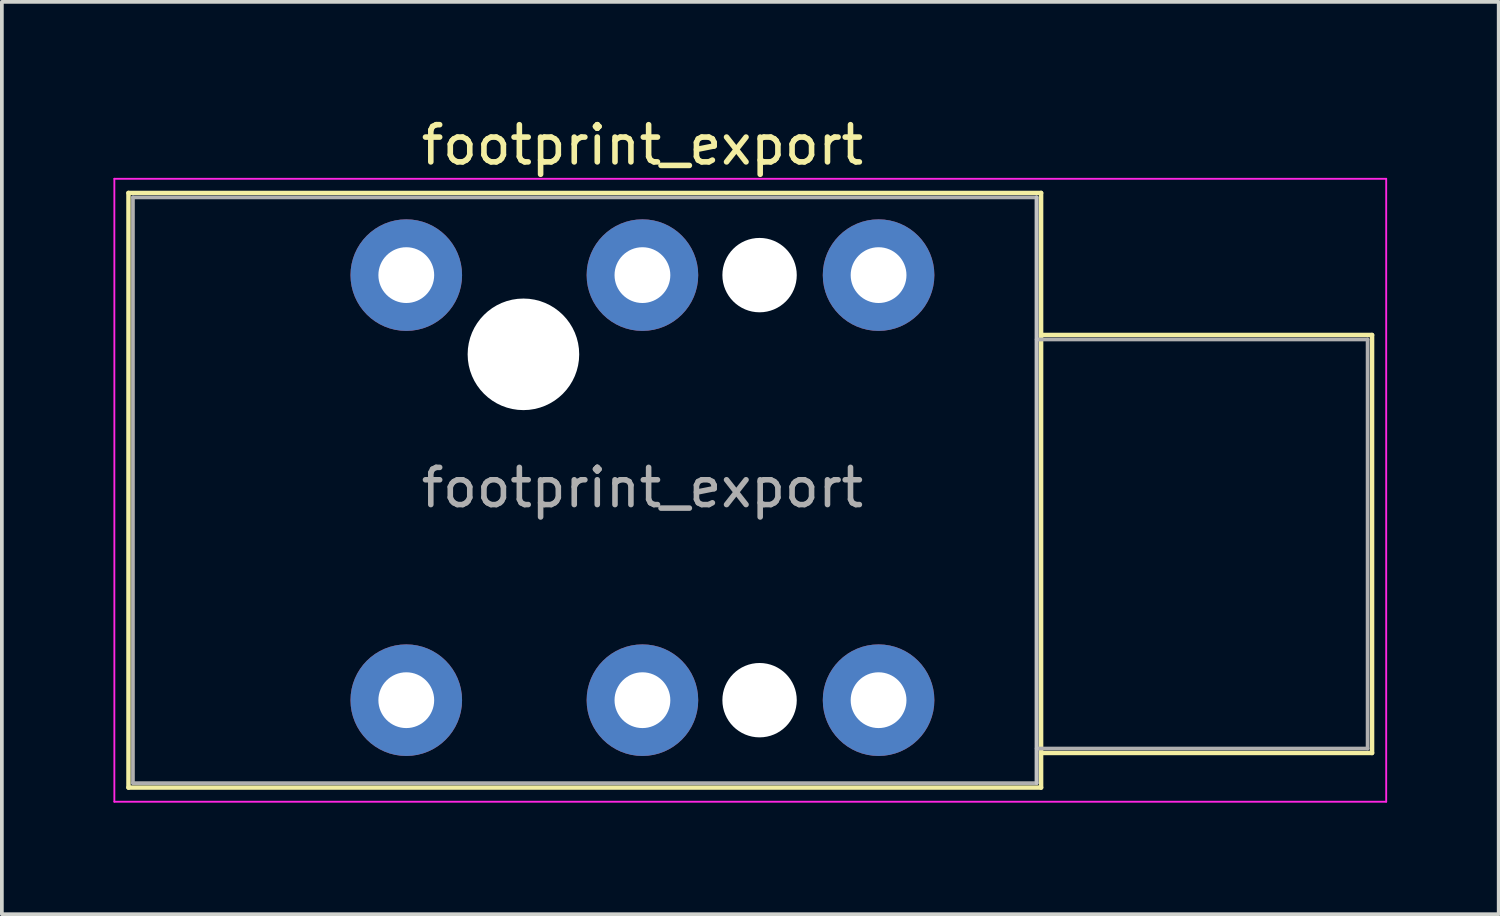
<source format=kicad_pcb>
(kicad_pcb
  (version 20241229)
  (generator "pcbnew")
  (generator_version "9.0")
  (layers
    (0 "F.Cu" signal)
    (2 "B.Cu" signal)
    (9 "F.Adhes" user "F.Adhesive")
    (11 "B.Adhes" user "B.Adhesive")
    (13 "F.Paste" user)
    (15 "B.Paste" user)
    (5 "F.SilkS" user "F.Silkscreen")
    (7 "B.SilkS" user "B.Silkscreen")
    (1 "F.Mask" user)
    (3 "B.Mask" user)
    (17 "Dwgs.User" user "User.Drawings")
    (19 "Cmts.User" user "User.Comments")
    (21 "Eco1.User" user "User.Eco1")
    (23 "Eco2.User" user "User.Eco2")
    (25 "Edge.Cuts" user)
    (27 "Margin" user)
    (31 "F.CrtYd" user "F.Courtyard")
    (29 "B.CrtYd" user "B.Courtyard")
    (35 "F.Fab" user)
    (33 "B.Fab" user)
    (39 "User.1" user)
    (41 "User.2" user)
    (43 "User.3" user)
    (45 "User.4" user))
  (footprint "footprint_export"
    (layer "F.Cu")
    (at 7.875 4.348)
    (property "Reference" "footprint_export" (at 6.35 -3.5 0) (layer "F.SilkS") (effects (font (size 1 1) (thickness 0.15))))
    (attr through_hole)
    (fp_line (start -7.47 -2.21) (end 17.07 -2.21) (stroke (width 0.12) (type solid)) (layer "F.SilkS"))
    (fp_line (start -7.47 13.78) (end -7.47 -2.21) (stroke (width 0.12) (type solid)) (layer "F.SilkS"))
    (fp_line (start -7.47 13.78) (end 17.07 13.78) (stroke (width 0.12) (type solid)) (layer "F.SilkS"))
    (fp_line (start 17.07 -2.21) (end 17.07 13.78) (stroke (width 0.12) (type solid)) (layer "F.SilkS"))
    (fp_line (start 25.97 1.61) (end 17.07 1.61) (stroke (width 0.12) (type solid)) (layer "F.SilkS"))
    (fp_line (start 25.97 12.85) (end 17.07 12.85) (stroke (width 0.12) (type solid)) (layer "F.SilkS"))
    (fp_line (start 25.97 12.85) (end 25.97 1.61) (stroke (width 0.12) (type solid)) (layer "F.SilkS"))
    (fp_line (start 16.95 -2.09) (end 16.95 13.66) (stroke (width 0.1) (type solid)) (layer "Dwgs.User"))
    (fp_line (start -7.85 14.16) (end -7.85 -2.59) (stroke (width 0.05) (type solid)) (layer "F.CrtYd"))
    (fp_line (start -7.85 14.16) (end 26.35 14.16) (stroke (width 0.05) (type solid)) (layer "F.CrtYd"))
    (fp_line (start 26.35 -2.59) (end -7.85 -2.59) (stroke (width 0.05) (type solid)) (layer "F.CrtYd"))
    (fp_line (start 26.35 14.16) (end 26.35 -2.59) (stroke (width 0.05) (type solid)) (layer "F.CrtYd"))
    (fp_line (start -7.35 -2.09) (end 16.95 -2.09) (stroke (width 0.1) (type solid)) (layer "F.Fab"))
    (fp_line (start -7.35 13.66) (end -7.35 -2.09) (stroke (width 0.1) (type solid)) (layer "F.Fab"))
    (fp_line (start 16.95 -2.09) (end 16.95 13.66) (stroke (width 0.1) (type solid)) (layer "F.Fab"))
    (fp_line (start 16.95 12.73) (end 25.85 12.73) (stroke (width 0.1) (type solid)) (layer "F.Fab"))
    (fp_line (start 16.95 13.66) (end -7.35 13.66) (stroke (width 0.1) (type solid)) (layer "F.Fab"))
    (fp_line (start 25.85 1.73) (end 16.95 1.73) (stroke (width 0.1) (type solid)) (layer "F.Fab"))
    (fp_line (start 25.85 12.73) (end 25.85 1.73) (stroke (width 0.1) (type solid)) (layer "F.Fab"))
    (fp_text user "${REFERENCE}" (at 6.35 5.715 0) (layer "F.Fab") (effects (font (size 1 1) (thickness 0.15))))
    (pad "" np_thru_hole circle (at 3.15 2.13) (size 3 3) (drill 3) (layers "*.Cu" "*.Mask"))
    (pad "" np_thru_hole circle (at 9.5 0) (size 2 2) (drill 2) (layers "*.Cu" "*.Mask"))
    (pad "" np_thru_hole circle (at 9.5 11.43) (size 2 2) (drill 2) (layers "*.Cu" "*.Mask"))
    (pad "R" thru_hole circle (at 6.35 0) (size 3 3) (drill 1.5) (layers "*.Cu" "*.Mask"))
    (pad "RN" thru_hole circle (at 6.35 11.43) (size 3 3) (drill 1.5) (layers "*.Cu" "*.Mask"))
    (pad "S" thru_hole circle (at 12.7 0) (size 3 3) (drill 1.5) (layers "*.Cu" "*.Mask"))
    (pad "SN" thru_hole circle (at 12.7 11.43) (size 3 3) (drill 1.5) (layers "*.Cu" "*.Mask"))
    (pad "T" thru_hole circle (at 0 0) (size 3 3) (drill 1.5) (layers "*.Cu" "*.Mask"))
    (pad "TN" thru_hole circle (at 0 11.43) (size 3 3) (drill 1.5) (layers "*.Cu" "*.Mask")))
  (gr_rect
    (start -3 -3)
    (end 37.25 21.533)
    (stroke (width 0.1) (type default))
    (fill no)
    (layer "Edge.Cuts")))
</source>
